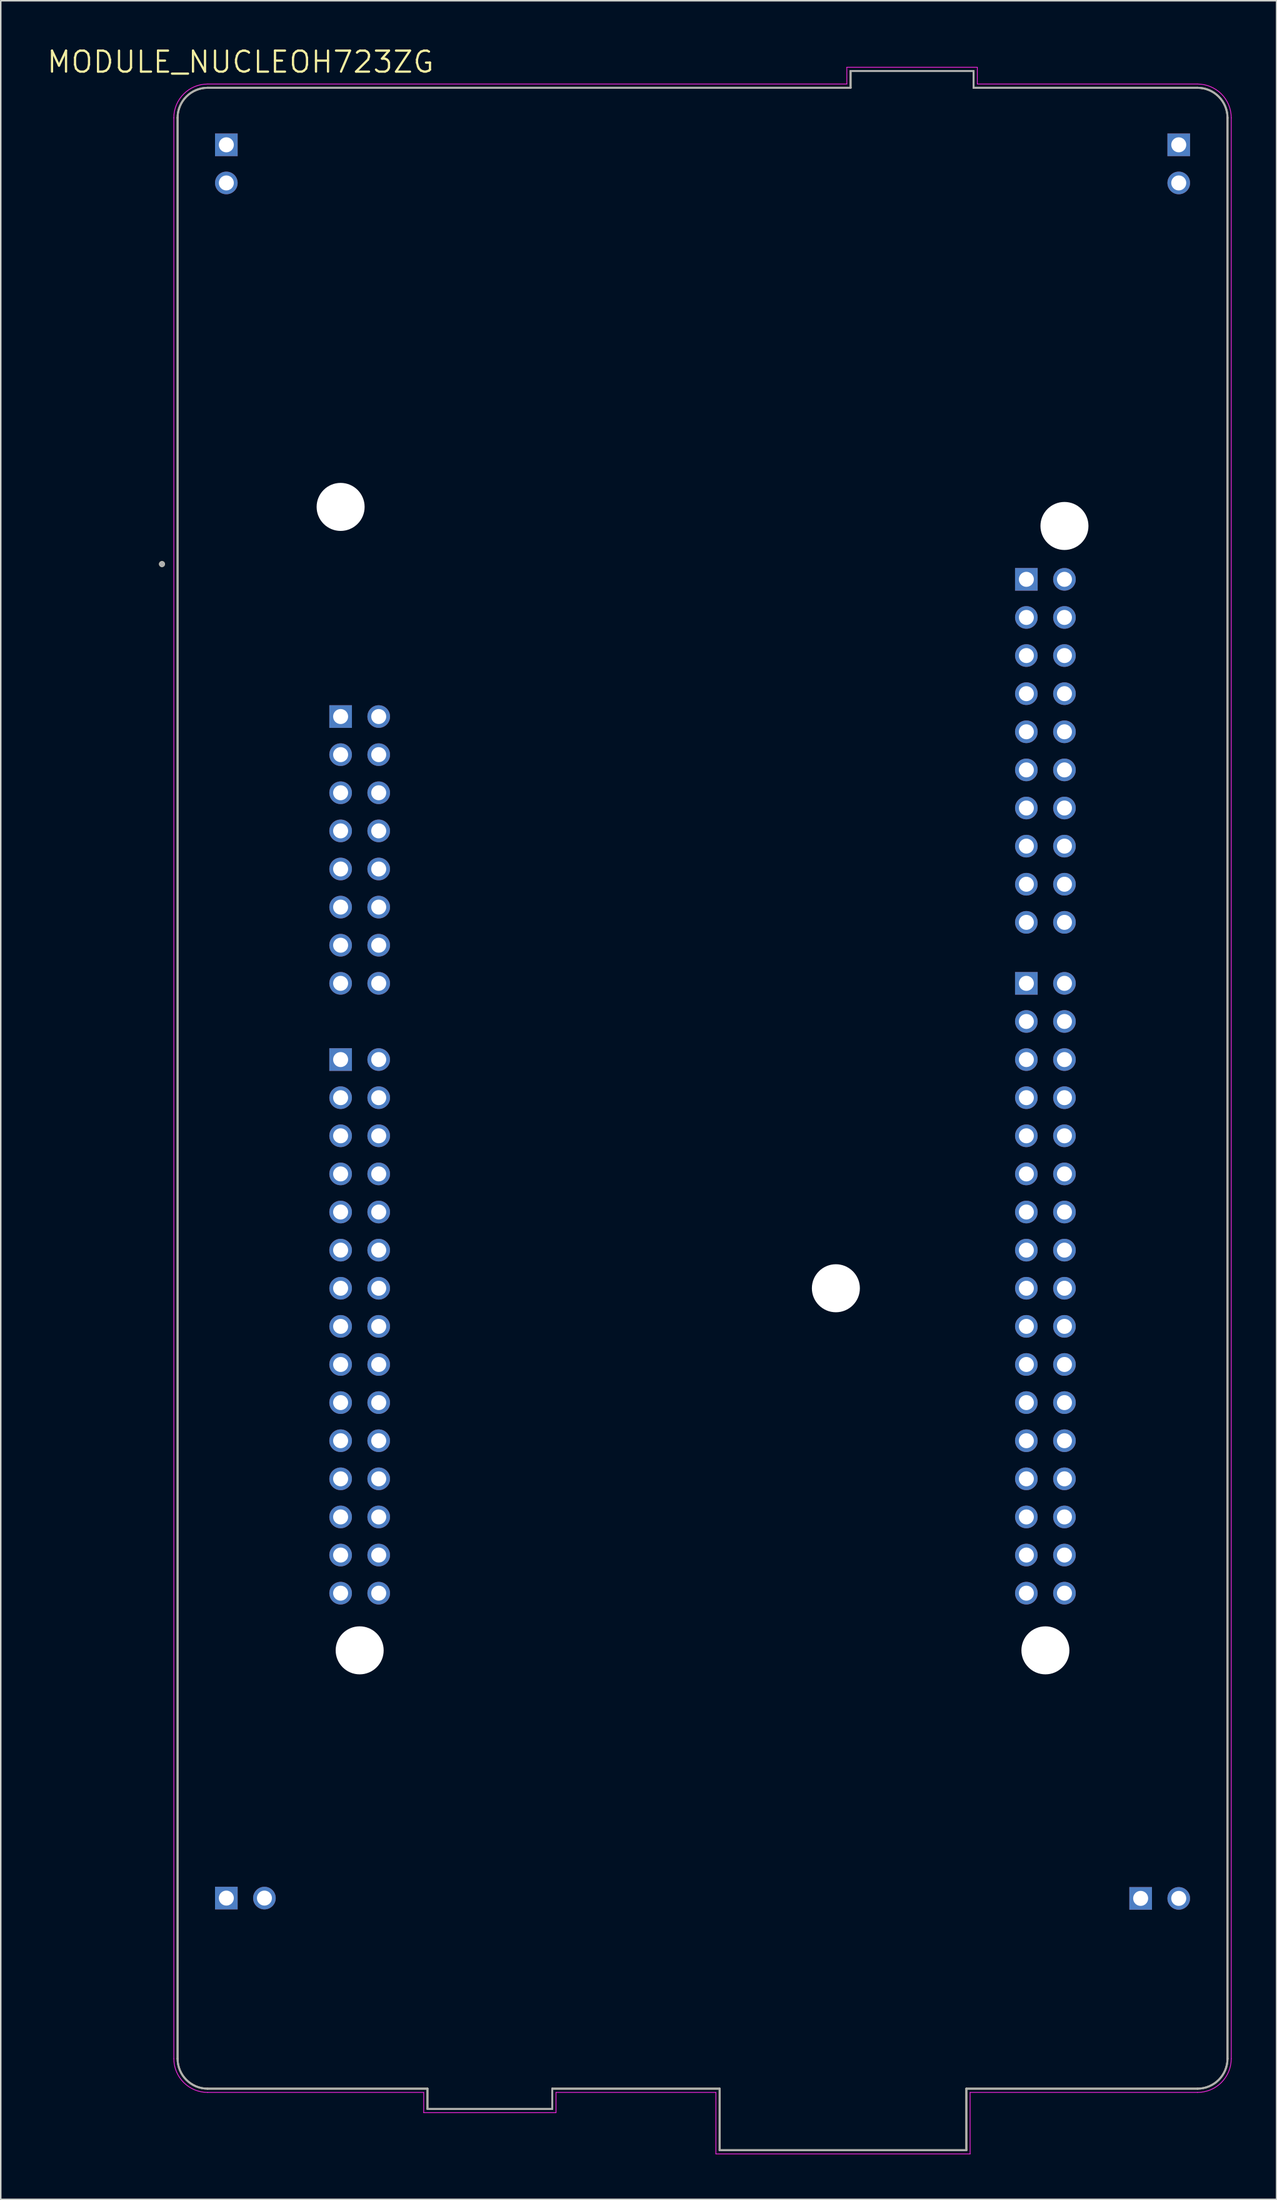
<source format=kicad_pcb>
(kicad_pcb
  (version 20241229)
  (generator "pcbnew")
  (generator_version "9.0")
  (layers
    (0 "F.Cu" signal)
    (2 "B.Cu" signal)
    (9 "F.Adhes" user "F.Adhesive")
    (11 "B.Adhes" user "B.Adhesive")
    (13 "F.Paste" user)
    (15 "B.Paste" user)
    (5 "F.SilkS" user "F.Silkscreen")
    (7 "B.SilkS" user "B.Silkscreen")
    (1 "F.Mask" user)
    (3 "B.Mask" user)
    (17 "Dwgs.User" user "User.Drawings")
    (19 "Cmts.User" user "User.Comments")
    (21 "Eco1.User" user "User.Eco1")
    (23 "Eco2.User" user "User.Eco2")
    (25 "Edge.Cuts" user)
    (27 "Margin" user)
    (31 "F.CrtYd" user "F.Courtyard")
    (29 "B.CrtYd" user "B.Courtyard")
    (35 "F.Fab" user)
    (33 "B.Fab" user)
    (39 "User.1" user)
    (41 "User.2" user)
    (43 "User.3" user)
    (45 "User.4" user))
  (footprint "MODULE_NUCLEOH723ZG"
    (layer "F.Cu")
    (at 43.79 69.471)
    (property "Reference" "MODULE_NUCLEOH723ZG" (at -30.805 -68.389 0) (layer "F.SilkS") (effects (font (size 1.4 1.4) (thickness 0.15))))
    (attr through_hole)
    (fp_line (start -35 -64.67) (end -35 64.67) (stroke (width 0.127) (type solid)) (layer "F.SilkS"))
    (fp_line (start -33 66.67) (end -18.34 66.67) (stroke (width 0.127) (type solid)) (layer "F.SilkS"))
    (fp_line (start -18.34 66.67) (end -18.34 68.02) (stroke (width 0.127) (type solid)) (layer "F.SilkS"))
    (fp_line (start -18.34 68.02) (end -10.02 68.02) (stroke (width 0.127) (type solid)) (layer "F.SilkS"))
    (fp_line (start -10.02 66.67) (end 1.14 66.67) (stroke (width 0.127) (type solid)) (layer "F.SilkS"))
    (fp_line (start -10.02 68.02) (end -10.02 66.67) (stroke (width 0.127) (type solid)) (layer "F.SilkS"))
    (fp_line (start 1.14 66.67) (end 1.14 70.77) (stroke (width 0.127) (type solid)) (layer "F.SilkS"))
    (fp_line (start 1.14 70.77) (end 17.59 70.77) (stroke (width 0.127) (type solid)) (layer "F.SilkS"))
    (fp_line (start 9.87 -67.79) (end 9.87 -66.67) (stroke (width 0.127) (type solid)) (layer "F.SilkS"))
    (fp_line (start 9.87 -66.67) (end -33 -66.67) (stroke (width 0.127) (type solid)) (layer "F.SilkS"))
    (fp_line (start 17.59 66.67) (end 33 66.67) (stroke (width 0.127) (type solid)) (layer "F.SilkS"))
    (fp_line (start 17.59 70.77) (end 17.59 66.67) (stroke (width 0.127) (type solid)) (layer "F.SilkS"))
    (fp_line (start 18.07 -67.79) (end 9.87 -67.79) (stroke (width 0.127) (type solid)) (layer "F.SilkS"))
    (fp_line (start 18.07 -66.67) (end 18.07 -67.79) (stroke (width 0.127) (type solid)) (layer "F.SilkS"))
    (fp_line (start 33 -66.67) (end 18.07 -66.67) (stroke (width 0.127) (type solid)) (layer "F.SilkS"))
    (fp_line (start 35 64.67) (end 35 -64.67) (stroke (width 0.127) (type solid)) (layer "F.SilkS"))
    (fp_arc (start -35 -64.67) (mid -34.414214 -66.084214) (end -33 -66.67) (stroke (width 0.127) (type solid)) (layer "F.SilkS"))
    (fp_arc (start -33 66.67) (mid -34.414214 66.084214) (end -35 64.67) (stroke (width 0.127) (type solid)) (layer "F.SilkS"))
    (fp_arc (start 33 -66.67) (mid 34.414214 -66.084214) (end 35 -64.67) (stroke (width 0.127) (type solid)) (layer "F.SilkS"))
    (fp_arc (start 35 64.67) (mid 34.414214 66.084214) (end 33 66.67) (stroke (width 0.127) (type solid)) (layer "F.SilkS"))
    (fp_circle (center -36.04 -34.93) (end -35.94 -34.93) (stroke (width 0.2) (type solid)) (fill no) (layer "F.SilkS"))
    (fp_line (start -35.25 -64.67) (end -35.25 64.67) (stroke (width 0.05) (type solid)) (layer "F.CrtYd"))
    (fp_line (start -33 66.92) (end -18.59 66.92) (stroke (width 0.05) (type solid)) (layer "F.CrtYd"))
    (fp_line (start -18.59 66.92) (end -18.59 68.27) (stroke (width 0.05) (type solid)) (layer "F.CrtYd"))
    (fp_line (start -18.59 68.27) (end -9.77 68.27) (stroke (width 0.05) (type solid)) (layer "F.CrtYd"))
    (fp_line (start -9.77 66.92) (end 0.89 66.92) (stroke (width 0.05) (type solid)) (layer "F.CrtYd"))
    (fp_line (start -9.77 68.27) (end -9.77 66.92) (stroke (width 0.05) (type solid)) (layer "F.CrtYd"))
    (fp_line (start 0.89 66.92) (end 0.89 71.02) (stroke (width 0.05) (type solid)) (layer "F.CrtYd"))
    (fp_line (start 0.89 71.02) (end 17.84 71.02) (stroke (width 0.05) (type solid)) (layer "F.CrtYd"))
    (fp_line (start 9.62 -68.04) (end 9.62 -66.92) (stroke (width 0.05) (type solid)) (layer "F.CrtYd"))
    (fp_line (start 9.62 -66.92) (end -33 -66.92) (stroke (width 0.05) (type solid)) (layer "F.CrtYd"))
    (fp_line (start 17.84 66.92) (end 33 66.92) (stroke (width 0.05) (type solid)) (layer "F.CrtYd"))
    (fp_line (start 17.84 71.02) (end 17.84 66.92) (stroke (width 0.05) (type solid)) (layer "F.CrtYd"))
    (fp_line (start 18.32 -68.04) (end 9.62 -68.04) (stroke (width 0.05) (type solid)) (layer "F.CrtYd"))
    (fp_line (start 18.32 -66.92) (end 18.32 -68.04) (stroke (width 0.05) (type solid)) (layer "F.CrtYd"))
    (fp_line (start 33 -66.92) (end 18.32 -66.92) (stroke (width 0.05) (type solid)) (layer "F.CrtYd"))
    (fp_line (start 35.25 64.67) (end 35.25 -64.67) (stroke (width 0.05) (type solid)) (layer "F.CrtYd"))
    (fp_arc (start -35.25 -64.67) (mid -34.59099 -66.26099) (end -33 -66.92) (stroke (width 0.05) (type solid)) (layer "F.CrtYd"))
    (fp_arc (start -33 66.92) (mid -34.59099 66.26099) (end -35.25 64.67) (stroke (width 0.05) (type solid)) (layer "F.CrtYd"))
    (fp_arc (start 33 -66.92) (mid 34.59099 -66.26099) (end 35.25 -64.67) (stroke (width 0.05) (type solid)) (layer "F.CrtYd"))
    (fp_arc (start 35.25 64.67) (mid 34.59099 66.26099) (end 33 66.92) (stroke (width 0.05) (type solid)) (layer "F.CrtYd"))
    (fp_line (start -35 -64.67) (end -35 64.67) (stroke (width 0.127) (type solid)) (layer "F.Fab"))
    (fp_line (start -33 66.67) (end -18.34 66.67) (stroke (width 0.127) (type solid)) (layer "F.Fab"))
    (fp_line (start -18.34 66.67) (end -18.34 68.02) (stroke (width 0.127) (type solid)) (layer "F.Fab"))
    (fp_line (start -18.34 68.02) (end -10.02 68.02) (stroke (width 0.127) (type solid)) (layer "F.Fab"))
    (fp_line (start -10.02 66.67) (end 1.14 66.67) (stroke (width 0.127) (type solid)) (layer "F.Fab"))
    (fp_line (start -10.02 68.02) (end -10.02 66.67) (stroke (width 0.127) (type solid)) (layer "F.Fab"))
    (fp_line (start 1.14 66.67) (end 1.14 70.77) (stroke (width 0.127) (type solid)) (layer "F.Fab"))
    (fp_line (start 1.14 70.77) (end 17.59 70.77) (stroke (width 0.127) (type solid)) (layer "F.Fab"))
    (fp_line (start 9.87 -67.79) (end 9.87 -66.67) (stroke (width 0.127) (type solid)) (layer "F.Fab"))
    (fp_line (start 9.87 -66.67) (end -33 -66.67) (stroke (width 0.127) (type solid)) (layer "F.Fab"))
    (fp_line (start 17.59 66.67) (end 33 66.67) (stroke (width 0.127) (type solid)) (layer "F.Fab"))
    (fp_line (start 17.59 70.77) (end 17.59 66.67) (stroke (width 0.127) (type solid)) (layer "F.Fab"))
    (fp_line (start 18.07 -67.79) (end 9.87 -67.79) (stroke (width 0.127) (type solid)) (layer "F.Fab"))
    (fp_line (start 18.07 -66.67) (end 18.07 -67.79) (stroke (width 0.127) (type solid)) (layer "F.Fab"))
    (fp_line (start 33 -66.67) (end 18.07 -66.67) (stroke (width 0.127) (type solid)) (layer "F.Fab"))
    (fp_line (start 35 64.67) (end 35 -64.67) (stroke (width 0.127) (type solid)) (layer "F.Fab"))
    (fp_arc (start -35 -64.67) (mid -34.414214 -66.084214) (end -33 -66.67) (stroke (width 0.127) (type solid)) (layer "F.Fab"))
    (fp_arc (start -33 66.67) (mid -34.414214 66.084214) (end -35 64.67) (stroke (width 0.127) (type solid)) (layer "F.Fab"))
    (fp_arc (start 33 -66.67) (mid 34.414214 -66.084214) (end 35 -64.67) (stroke (width 0.127) (type solid)) (layer "F.Fab"))
    (fp_arc (start 35 64.67) (mid 34.414214 66.084214) (end 33 66.67) (stroke (width 0.127) (type solid)) (layer "F.Fab"))
    (fp_circle (center -36.04 -34.93) (end -35.94 -34.93) (stroke (width 0.2) (type solid)) (fill no) (layer "F.Fab"))
    (pad "" np_thru_hole circle (at -24.13 -38.74) (size 3.2 3.2) (drill 3.2) (layers "*.Cu" "*.Mask"))
    (pad "" np_thru_hole circle (at -22.86 37.46) (size 3.2 3.2) (drill 3.2) (layers "*.Cu" "*.Mask"))
    (pad "" np_thru_hole circle (at 8.89 13.33) (size 3.2 3.2) (drill 3.2) (layers "*.Cu" "*.Mask"))
    (pad "" np_thru_hole circle (at 22.86 37.46) (size 3.2 3.2) (drill 3.2) (layers "*.Cu" "*.Mask"))
    (pad "" np_thru_hole circle (at 24.13 -37.47) (size 3.2 3.2) (drill 3.2) (layers "*.Cu" "*.Mask"))
    (pad "CN3_1" thru_hole rect (at -31.75 -62.87) (size 1.508 1.508) (drill 1) (layers "*.Cu" "*.Mask"))
    (pad "CN3_2" thru_hole circle (at -31.75 -60.33) (size 1.508 1.508) (drill 1) (layers "*.Cu" "*.Mask"))
    (pad "CN4_1" thru_hole rect (at 31.75 -62.87) (size 1.508 1.508) (drill 1) (layers "*.Cu" "*.Mask"))
    (pad "CN4_2" thru_hole circle (at 31.75 -60.33) (size 1.508 1.508) (drill 1) (layers "*.Cu" "*.Mask"))
    (pad "CN7_1" thru_hole rect (at 21.59 -33.914) (size 1.508 1.508) (drill 1) (layers "*.Cu" "*.Mask"))
    (pad "CN7_2" thru_hole circle (at 24.13 -33.914) (size 1.508 1.508) (drill 1) (layers "*.Cu" "*.Mask"))
    (pad "CN7_3" thru_hole circle (at 21.59 -31.374) (size 1.508 1.508) (drill 1) (layers "*.Cu" "*.Mask"))
    (pad "CN7_4" thru_hole circle (at 24.13 -31.374) (size 1.508 1.508) (drill 1) (layers "*.Cu" "*.Mask"))
    (pad "CN7_5" thru_hole circle (at 21.59 -28.834) (size 1.508 1.508) (drill 1) (layers "*.Cu" "*.Mask"))
    (pad "CN7_6" thru_hole circle (at 24.13 -28.834) (size 1.508 1.508) (drill 1) (layers "*.Cu" "*.Mask"))
    (pad "CN7_7" thru_hole circle (at 21.59 -26.294) (size 1.508 1.508) (drill 1) (layers "*.Cu" "*.Mask"))
    (pad "CN7_8" thru_hole circle (at 24.13 -26.294) (size 1.508 1.508) (drill 1) (layers "*.Cu" "*.Mask"))
    (pad "CN7_9" thru_hole circle (at 21.59 -23.754) (size 1.508 1.508) (drill 1) (layers "*.Cu" "*.Mask"))
    (pad "CN7_10" thru_hole circle (at 24.13 -23.754) (size 1.508 1.508) (drill 1) (layers "*.Cu" "*.Mask"))
    (pad "CN7_11" thru_hole circle (at 21.59 -21.214) (size 1.508 1.508) (drill 1) (layers "*.Cu" "*.Mask"))
    (pad "CN7_12" thru_hole circle (at 24.13 -21.214) (size 1.508 1.508) (drill 1) (layers "*.Cu" "*.Mask"))
    (pad "CN7_13" thru_hole circle (at 21.59 -18.674) (size 1.508 1.508) (drill 1) (layers "*.Cu" "*.Mask"))
    (pad "CN7_14" thru_hole circle (at 24.13 -18.674) (size 1.508 1.508) (drill 1) (layers "*.Cu" "*.Mask"))
    (pad "CN7_15" thru_hole circle (at 21.59 -16.134) (size 1.508 1.508) (drill 1) (layers "*.Cu" "*.Mask"))
    (pad "CN7_16" thru_hole circle (at 24.13 -16.134) (size 1.508 1.508) (drill 1) (layers "*.Cu" "*.Mask"))
    (pad "CN7_17" thru_hole circle (at 21.59 -13.594) (size 1.508 1.508) (drill 1) (layers "*.Cu" "*.Mask"))
    (pad "CN7_18" thru_hole circle (at 24.13 -13.594) (size 1.508 1.508) (drill 1) (layers "*.Cu" "*.Mask"))
    (pad "CN7_19" thru_hole circle (at 21.59 -11.054) (size 1.508 1.508) (drill 1) (layers "*.Cu" "*.Mask"))
    (pad "CN7_20" thru_hole circle (at 24.13 -11.054) (size 1.508 1.508) (drill 1) (layers "*.Cu" "*.Mask"))
    (pad "CN8_1" thru_hole rect (at -24.13 -24.77) (size 1.508 1.508) (drill 1) (layers "*.Cu" "*.Mask"))
    (pad "CN8_2" thru_hole circle (at -21.59 -24.77) (size 1.508 1.508) (drill 1) (layers "*.Cu" "*.Mask"))
    (pad "CN8_3" thru_hole circle (at -24.13 -22.23) (size 1.508 1.508) (drill 1) (layers "*.Cu" "*.Mask"))
    (pad "CN8_4" thru_hole circle (at -21.59 -22.23) (size 1.508 1.508) (drill 1) (layers "*.Cu" "*.Mask"))
    (pad "CN8_5" thru_hole circle (at -24.13 -19.69) (size 1.508 1.508) (drill 1) (layers "*.Cu" "*.Mask"))
    (pad "CN8_6" thru_hole circle (at -21.59 -19.69) (size 1.508 1.508) (drill 1) (layers "*.Cu" "*.Mask"))
    (pad "CN8_7" thru_hole circle (at -24.13 -17.15) (size 1.508 1.508) (drill 1) (layers "*.Cu" "*.Mask"))
    (pad "CN8_8" thru_hole circle (at -21.59 -17.15) (size 1.508 1.508) (drill 1) (layers "*.Cu" "*.Mask"))
    (pad "CN8_9" thru_hole circle (at -24.13 -14.61) (size 1.508 1.508) (drill 1) (layers "*.Cu" "*.Mask"))
    (pad "CN8_10" thru_hole circle (at -21.59 -14.61) (size 1.508 1.508) (drill 1) (layers "*.Cu" "*.Mask"))
    (pad "CN8_11" thru_hole circle (at -24.13 -12.07) (size 1.508 1.508) (drill 1) (layers "*.Cu" "*.Mask"))
    (pad "CN8_12" thru_hole circle (at -21.59 -12.07) (size 1.508 1.508) (drill 1) (layers "*.Cu" "*.Mask"))
    (pad "CN8_13" thru_hole circle (at -24.13 -9.53) (size 1.508 1.508) (drill 1) (layers "*.Cu" "*.Mask"))
    (pad "CN8_14" thru_hole circle (at -21.59 -9.53) (size 1.508 1.508) (drill 1) (layers "*.Cu" "*.Mask"))
    (pad "CN8_15" thru_hole circle (at -24.13 -6.99) (size 1.508 1.508) (drill 1) (layers "*.Cu" "*.Mask"))
    (pad "CN8_16" thru_hole circle (at -21.59 -6.99) (size 1.508 1.508) (drill 1) (layers "*.Cu" "*.Mask"))
    (pad "CN9_1" thru_hole rect (at -24.13 -1.91) (size 1.508 1.508) (drill 1) (layers "*.Cu" "*.Mask"))
    (pad "CN9_2" thru_hole circle (at -21.59 -1.91) (size 1.508 1.508) (drill 1) (layers "*.Cu" "*.Mask"))
    (pad "CN9_3" thru_hole circle (at -24.13 0.63) (size 1.508 1.508) (drill 1) (layers "*.Cu" "*.Mask"))
    (pad "CN9_4" thru_hole circle (at -21.59 0.63) (size 1.508 1.508) (drill 1) (layers "*.Cu" "*.Mask"))
    (pad "CN9_5" thru_hole circle (at -24.13 3.17) (size 1.508 1.508) (drill 1) (layers "*.Cu" "*.Mask"))
    (pad "CN9_6" thru_hole circle (at -21.59 3.17) (size 1.508 1.508) (drill 1) (layers "*.Cu" "*.Mask"))
    (pad "CN9_7" thru_hole circle (at -24.13 5.71) (size 1.508 1.508) (drill 1) (layers "*.Cu" "*.Mask"))
    (pad "CN9_8" thru_hole circle (at -21.59 5.71) (size 1.508 1.508) (drill 1) (layers "*.Cu" "*.Mask"))
    (pad "CN9_9" thru_hole circle (at -24.13 8.25) (size 1.508 1.508) (drill 1) (layers "*.Cu" "*.Mask"))
    (pad "CN9_10" thru_hole circle (at -21.59 8.25) (size 1.508 1.508) (drill 1) (layers "*.Cu" "*.Mask"))
    (pad "CN9_11" thru_hole circle (at -24.13 10.79) (size 1.508 1.508) (drill 1) (layers "*.Cu" "*.Mask"))
    (pad "CN9_12" thru_hole circle (at -21.59 10.79) (size 1.508 1.508) (drill 1) (layers "*.Cu" "*.Mask"))
    (pad "CN9_13" thru_hole circle (at -24.13 13.33) (size 1.508 1.508) (drill 1) (layers "*.Cu" "*.Mask"))
    (pad "CN9_14" thru_hole circle (at -21.59 13.33) (size 1.508 1.508) (drill 1) (layers "*.Cu" "*.Mask"))
    (pad "CN9_15" thru_hole circle (at -24.13 15.87) (size 1.508 1.508) (drill 1) (layers "*.Cu" "*.Mask"))
    (pad "CN9_16" thru_hole circle (at -21.59 15.87) (size 1.508 1.508) (drill 1) (layers "*.Cu" "*.Mask"))
    (pad "CN9_17" thru_hole circle (at -24.13 18.41) (size 1.508 1.508) (drill 1) (layers "*.Cu" "*.Mask"))
    (pad "CN9_18" thru_hole circle (at -21.59 18.41) (size 1.508 1.508) (drill 1) (layers "*.Cu" "*.Mask"))
    (pad "CN9_19" thru_hole circle (at -24.13 20.95) (size 1.508 1.508) (drill 1) (layers "*.Cu" "*.Mask"))
    (pad "CN9_20" thru_hole circle (at -21.59 20.95) (size 1.508 1.508) (drill 1) (layers "*.Cu" "*.Mask"))
    (pad "CN9_21" thru_hole circle (at -24.13 23.49) (size 1.508 1.508) (drill 1) (layers "*.Cu" "*.Mask"))
    (pad "CN9_22" thru_hole circle (at -21.59 23.49) (size 1.508 1.508) (drill 1) (layers "*.Cu" "*.Mask"))
    (pad "CN9_23" thru_hole circle (at -24.13 26.03) (size 1.508 1.508) (drill 1) (layers "*.Cu" "*.Mask"))
    (pad "CN9_24" thru_hole circle (at -21.59 26.03) (size 1.508 1.508) (drill 1) (layers "*.Cu" "*.Mask"))
    (pad "CN9_25" thru_hole circle (at -24.13 28.57) (size 1.508 1.508) (drill 1) (layers "*.Cu" "*.Mask"))
    (pad "CN9_26" thru_hole circle (at -21.59 28.57) (size 1.508 1.508) (drill 1) (layers "*.Cu" "*.Mask"))
    (pad "CN9_27" thru_hole circle (at -24.13 31.11) (size 1.508 1.508) (drill 1) (layers "*.Cu" "*.Mask"))
    (pad "CN9_28" thru_hole circle (at -21.59 31.11) (size 1.508 1.508) (drill 1) (layers "*.Cu" "*.Mask"))
    (pad "CN9_29" thru_hole circle (at -24.13 33.65) (size 1.508 1.508) (drill 1) (layers "*.Cu" "*.Mask"))
    (pad "CN9_30" thru_hole circle (at -21.59 33.65) (size 1.508 1.508) (drill 1) (layers "*.Cu" "*.Mask"))
    (pad "CN10_1" thru_hole rect (at 21.59 -6.99) (size 1.508 1.508) (drill 1) (layers "*.Cu" "*.Mask"))
    (pad "CN10_2" thru_hole circle (at 24.13 -6.99) (size 1.508 1.508) (drill 1) (layers "*.Cu" "*.Mask"))
    (pad "CN10_3" thru_hole circle (at 21.59 -4.45) (size 1.508 1.508) (drill 1) (layers "*.Cu" "*.Mask"))
    (pad "CN10_4" thru_hole circle (at 24.13 -4.45) (size 1.508 1.508) (drill 1) (layers "*.Cu" "*.Mask"))
    (pad "CN10_5" thru_hole circle (at 21.59 -1.91) (size 1.508 1.508) (drill 1) (layers "*.Cu" "*.Mask"))
    (pad "CN10_6" thru_hole circle (at 24.13 -1.91) (size 1.508 1.508) (drill 1) (layers "*.Cu" "*.Mask"))
    (pad "CN10_7" thru_hole circle (at 21.59 0.63) (size 1.508 1.508) (drill 1) (layers "*.Cu" "*.Mask"))
    (pad "CN10_8" thru_hole circle (at 24.13 0.63) (size 1.508 1.508) (drill 1) (layers "*.Cu" "*.Mask"))
    (pad "CN10_9" thru_hole circle (at 21.59 3.17) (size 1.508 1.508) (drill 1) (layers "*.Cu" "*.Mask"))
    (pad "CN10_10" thru_hole circle (at 24.13 3.17) (size 1.508 1.508) (drill 1) (layers "*.Cu" "*.Mask"))
    (pad "CN10_11" thru_hole circle (at 21.59 5.71) (size 1.508 1.508) (drill 1) (layers "*.Cu" "*.Mask"))
    (pad "CN10_12" thru_hole circle (at 24.13 5.71) (size 1.508 1.508) (drill 1) (layers "*.Cu" "*.Mask"))
    (pad "CN10_13" thru_hole circle (at 21.59 8.25) (size 1.508 1.508) (drill 1) (layers "*.Cu" "*.Mask"))
    (pad "CN10_14" thru_hole circle (at 24.13 8.25) (size 1.508 1.508) (drill 1) (layers "*.Cu" "*.Mask"))
    (pad "CN10_15" thru_hole circle (at 21.59 10.79) (size 1.508 1.508) (drill 1) (layers "*.Cu" "*.Mask"))
    (pad "CN10_16" thru_hole circle (at 24.13 10.79) (size 1.508 1.508) (drill 1) (layers "*.Cu" "*.Mask"))
    (pad "CN10_17" thru_hole circle (at 21.59 13.33) (size 1.508 1.508) (drill 1) (layers "*.Cu" "*.Mask"))
    (pad "CN10_18" thru_hole circle (at 24.13 13.33) (size 1.508 1.508) (drill 1) (layers "*.Cu" "*.Mask"))
    (pad "CN10_19" thru_hole circle (at 21.59 15.87) (size 1.508 1.508) (drill 1) (layers "*.Cu" "*.Mask"))
    (pad "CN10_20" thru_hole circle (at 24.13 15.87) (size 1.508 1.508) (drill 1) (layers "*.Cu" "*.Mask"))
    (pad "CN10_21" thru_hole circle (at 21.59 18.41) (size 1.508 1.508) (drill 1) (layers "*.Cu" "*.Mask"))
    (pad "CN10_22" thru_hole circle (at 24.13 18.41) (size 1.508 1.508) (drill 1) (layers "*.Cu" "*.Mask"))
    (pad "CN10_23" thru_hole circle (at 21.59 20.95) (size 1.508 1.508) (drill 1) (layers "*.Cu" "*.Mask"))
    (pad "CN10_24" thru_hole circle (at 24.13 20.95) (size 1.508 1.508) (drill 1) (layers "*.Cu" "*.Mask"))
    (pad "CN10_25" thru_hole circle (at 21.59 23.49) (size 1.508 1.508) (drill 1) (layers "*.Cu" "*.Mask"))
    (pad "CN10_26" thru_hole circle (at 24.13 23.49) (size 1.508 1.508) (drill 1) (layers "*.Cu" "*.Mask"))
    (pad "CN10_27" thru_hole circle (at 21.59 26.03) (size 1.508 1.508) (drill 1) (layers "*.Cu" "*.Mask"))
    (pad "CN10_28" thru_hole circle (at 24.13 26.03) (size 1.508 1.508) (drill 1) (layers "*.Cu" "*.Mask"))
    (pad "CN10_29" thru_hole circle (at 21.59 28.57) (size 1.508 1.508) (drill 1) (layers "*.Cu" "*.Mask"))
    (pad "CN10_30" thru_hole circle (at 24.13 28.57) (size 1.508 1.508) (drill 1) (layers "*.Cu" "*.Mask"))
    (pad "CN10_31" thru_hole circle (at 21.59 31.11) (size 1.508 1.508) (drill 1) (layers "*.Cu" "*.Mask"))
    (pad "CN10_32" thru_hole circle (at 24.13 31.11) (size 1.508 1.508) (drill 1) (layers "*.Cu" "*.Mask"))
    (pad "CN10_33" thru_hole circle (at 21.59 33.65) (size 1.508 1.508) (drill 1) (layers "*.Cu" "*.Mask"))
    (pad "CN10_34" thru_hole circle (at 24.13 33.65) (size 1.508 1.508) (drill 1) (layers "*.Cu" "*.Mask"))
    (pad "CN15_1" thru_hole rect (at 29.21 53.99) (size 1.508 1.508) (drill 1) (layers "*.Cu" "*.Mask"))
    (pad "CN15_2" thru_hole circle (at 31.75 53.99) (size 1.508 1.508) (drill 1) (layers "*.Cu" "*.Mask"))
    (pad "CN16_1" thru_hole rect (at -31.75 53.97) (size 1.508 1.508) (drill 1) (layers "*.Cu" "*.Mask"))
    (pad "CN16_2" thru_hole circle (at -29.21 53.97) (size 1.508 1.508) (drill 1) (layers "*.Cu" "*.Mask")))
  (gr_rect
    (start -3 -3)
    (end 82.065 143.516)
    (stroke (width 0.1) (type default))
    (fill no)
    (layer "Edge.Cuts")))
</source>
